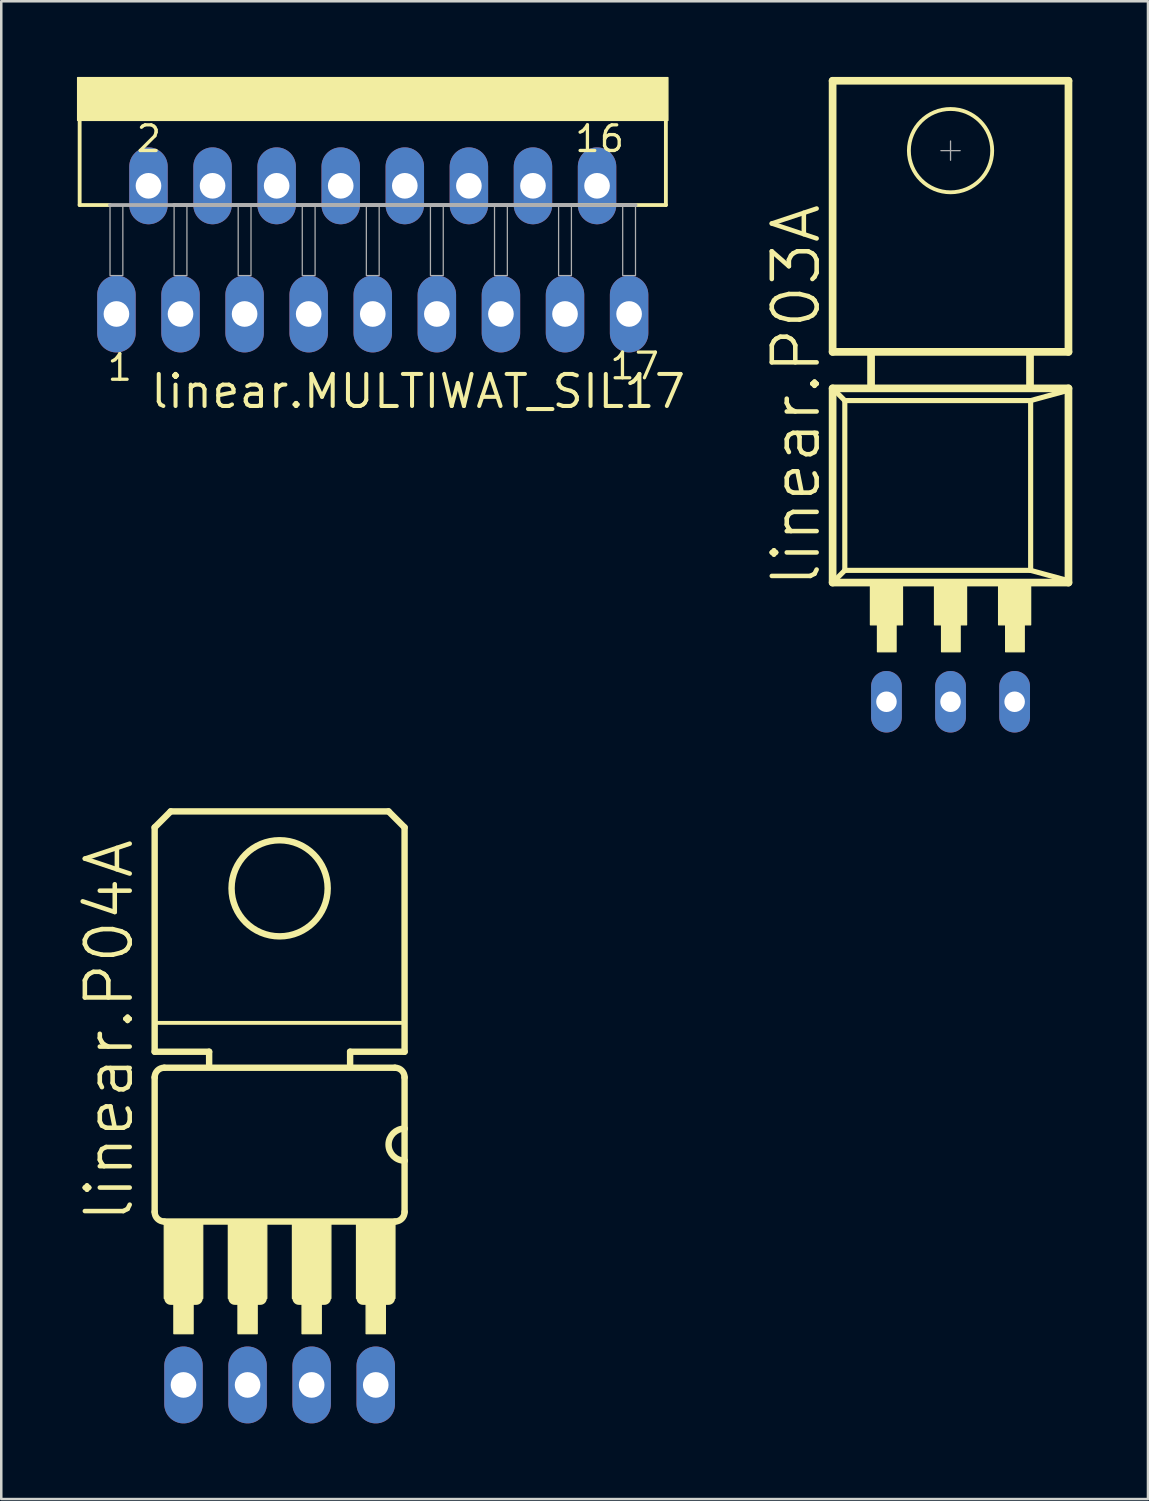
<source format=kicad_pcb>
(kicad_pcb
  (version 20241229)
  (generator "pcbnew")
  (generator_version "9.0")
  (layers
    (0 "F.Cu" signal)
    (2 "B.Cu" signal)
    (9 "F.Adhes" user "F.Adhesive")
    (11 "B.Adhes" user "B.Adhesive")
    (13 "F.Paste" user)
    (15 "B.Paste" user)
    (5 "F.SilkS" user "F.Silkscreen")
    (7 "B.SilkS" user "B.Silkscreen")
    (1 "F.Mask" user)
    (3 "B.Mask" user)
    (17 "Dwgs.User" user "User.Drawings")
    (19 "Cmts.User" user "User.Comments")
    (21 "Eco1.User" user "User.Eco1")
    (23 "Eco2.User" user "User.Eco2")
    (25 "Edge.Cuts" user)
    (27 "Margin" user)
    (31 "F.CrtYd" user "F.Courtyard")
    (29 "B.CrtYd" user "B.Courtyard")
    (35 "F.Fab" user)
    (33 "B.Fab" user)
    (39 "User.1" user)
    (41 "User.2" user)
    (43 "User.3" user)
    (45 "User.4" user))
  (footprint "linear.P03A"
    (layer "F.Cu")
    (at 34.626 15.875)
    (property "Reference" "linear.P03A" (at -5.08 4.445 90) (layer "F.SilkS") (effects (font (size 1.778 1.778) (thickness 0.18)) (justify left bottom)))
    (attr through_hole)
    (fp_line (start -4.674 -15.723) (end 4.674 -15.723) (stroke (width 0.305) (type default)) (layer "F.SilkS"))
    (fp_line (start -4.674 -4.978) (end -4.674 -15.723) (stroke (width 0.305) (type default)) (layer "F.SilkS"))
    (fp_line (start -4.674 -3.531) (end -4.674 4.166) (stroke (width 0.305) (type default)) (layer "F.SilkS"))
    (fp_line (start -4.674 4.166) (end 4.674 4.166) (stroke (width 0.305) (type default)) (layer "F.SilkS"))
    (fp_line (start -4.191 -3.048) (end -4.572 -3.429) (stroke (width 0.203) (type default)) (layer "F.SilkS"))
    (fp_line (start -4.191 -3.048) (end 3.175 -3.048) (stroke (width 0.203) (type default)) (layer "F.SilkS"))
    (fp_line (start -4.191 3.683) (end -4.572 4.064) (stroke (width 0.203) (type default)) (layer "F.SilkS"))
    (fp_line (start -4.191 3.683) (end -4.191 -3.048) (stroke (width 0.203) (type default)) (layer "F.SilkS"))
    (fp_line (start -3.15 -3.581) (end -3.15 -4.877) (stroke (width 0.305) (type default)) (layer "F.SilkS"))
    (fp_line (start 3.15 -3.581) (end 3.15 -4.851) (stroke (width 0.305) (type default)) (layer "F.SilkS"))
    (fp_line (start 3.175 -3.048) (end 3.175 3.683) (stroke (width 0.203) (type default)) (layer "F.SilkS"))
    (fp_line (start 3.175 -3.048) (end 4.572 -3.429) (stroke (width 0.203) (type default)) (layer "F.SilkS"))
    (fp_line (start 3.175 3.683) (end -4.191 3.683) (stroke (width 0.203) (type default)) (layer "F.SilkS"))
    (fp_line (start 3.175 3.683) (end 4.572 4.064) (stroke (width 0.203) (type default)) (layer "F.SilkS"))
    (fp_line (start 4.674 -15.723) (end 4.674 -4.978) (stroke (width 0.305) (type default)) (layer "F.SilkS"))
    (fp_line (start 4.674 -4.978) (end -4.674 -4.978) (stroke (width 0.305) (type default)) (layer "F.SilkS"))
    (fp_line (start 4.674 -3.531) (end -4.674 -3.531) (stroke (width 0.305) (type default)) (layer "F.SilkS"))
    (fp_line (start 4.674 4.166) (end 4.674 -3.531) (stroke (width 0.305) (type default)) (layer "F.SilkS"))
    (fp_rect (start -3.175 5.842) (end -1.905 4.216) (stroke (width 0.05) (type default)) (fill yes) (layer "F.SilkS"))
    (fp_rect (start -2.896 6.909) (end -2.159 5.41) (stroke (width 0.05) (type default)) (fill yes) (layer "F.SilkS"))
    (fp_rect (start -0.635 5.842) (end 0.635 4.216) (stroke (width 0.05) (type default)) (fill yes) (layer "F.SilkS"))
    (fp_rect (start -0.356 6.909) (end 0.381 5.41) (stroke (width 0.05) (type default)) (fill yes) (layer "F.SilkS"))
    (fp_rect (start 1.905 5.842) (end 3.175 4.216) (stroke (width 0.05) (type default)) (fill yes) (layer "F.SilkS"))
    (fp_rect (start 2.184 6.909) (end 2.921 5.41) (stroke (width 0.05) (type default)) (fill yes) (layer "F.SilkS"))
    (fp_circle (center 0 -12.954) (end 1.651 -12.954) (stroke (width 0.152) (type default)) (fill no) (layer "F.SilkS"))
    (fp_line (start -0.381 -12.954) (end 0.381 -12.954) (stroke (width 0.051) (type default)) (layer "F.Fab"))
    (fp_line (start 0 -13.335) (end 0 -12.573) (stroke (width 0.051) (type default)) (layer "F.Fab"))
    (pad "1" thru_hole oval (at -2.54 8.89 90) (size 2.438 1.219) (drill 0.813) (layers "*.Cu" "*.Mask"))
    (pad "2" thru_hole oval (at 0 8.89 90) (size 2.438 1.219) (drill 0.813) (layers "*.Cu" "*.Mask"))
    (pad "3" thru_hole oval (at 2.54 8.89 90) (size 2.438 1.219) (drill 0.813) (layers "*.Cu" "*.Mask")))
  (footprint "linear.P04A"
    (layer "F.Cu")
    (at 8.033 42.319)
    (property "Reference" "linear.P04A" (at -5.715 3.175 90) (layer "F.SilkS") (effects (font (size 1.778 1.778) (thickness 0.18)) (justify left bottom)))
    (attr through_hole)
    (fp_line (start -4.953 -12.573) (end -4.318 -13.208) (stroke (width 0.254) (type default)) (layer "F.SilkS"))
    (fp_line (start -4.953 -3.683) (end -4.953 -12.573) (stroke (width 0.254) (type default)) (layer "F.SilkS"))
    (fp_line (start -4.953 -2.667) (end -4.953 2.667) (stroke (width 0.254) (type default)) (layer "F.SilkS"))
    (fp_line (start -4.826 -4.826) (end 4.826 -4.826) (stroke (width 0.152) (type default)) (layer "F.SilkS"))
    (fp_line (start -4.572 3.048) (end 4.572 3.048) (stroke (width 0.254) (type default)) (layer "F.SilkS"))
    (fp_line (start -4.318 -13.208) (end 4.318 -13.208) (stroke (width 0.254) (type default)) (layer "F.SilkS"))
    (fp_line (start -4.318 6.096) (end -3.302 6.096) (stroke (width 0.508) (type default)) (layer "F.SilkS"))
    (fp_line (start -2.794 -3.683) (end -4.953 -3.683) (stroke (width 0.254) (type default)) (layer "F.SilkS"))
    (fp_line (start -2.794 -3.175) (end -2.794 -3.683) (stroke (width 0.254) (type default)) (layer "F.SilkS"))
    (fp_line (start -1.778 6.096) (end -0.762 6.096) (stroke (width 0.508) (type default)) (layer "F.SilkS"))
    (fp_line (start 0.762 6.096) (end 1.778 6.096) (stroke (width 0.508) (type default)) (layer "F.SilkS"))
    (fp_line (start 2.794 -3.683) (end 2.794 -3.175) (stroke (width 0.254) (type default)) (layer "F.SilkS"))
    (fp_line (start 3.302 6.096) (end 4.318 6.096) (stroke (width 0.508) (type default)) (layer "F.SilkS"))
    (fp_line (start 4.318 -13.208) (end 4.953 -12.573) (stroke (width 0.254) (type default)) (layer "F.SilkS"))
    (fp_line (start 4.572 -3.048) (end -4.572 -3.048) (stroke (width 0.254) (type default)) (layer "F.SilkS"))
    (fp_line (start 4.953 -12.573) (end 4.953 -3.683) (stroke (width 0.254) (type default)) (layer "F.SilkS"))
    (fp_line (start 4.953 -3.683) (end 2.794 -3.683) (stroke (width 0.254) (type default)) (layer "F.SilkS"))
    (fp_line (start 4.953 -0.635) (end 4.953 -2.667) (stroke (width 0.254) (type default)) (layer "F.SilkS"))
    (fp_line (start 4.953 0.635) (end 4.953 -0.635) (stroke (width 0.254) (type default)) (layer "F.SilkS"))
    (fp_line (start 4.953 2.667) (end 4.953 0.635) (stroke (width 0.254) (type default)) (layer "F.SilkS"))
    (fp_rect (start -4.572 6.096) (end -3.048 3.124) (stroke (width 0.05) (type default)) (fill yes) (layer "F.SilkS"))
    (fp_rect (start -4.191 7.493) (end -3.429 6.223) (stroke (width 0.05) (type default)) (fill yes) (layer "F.SilkS"))
    (fp_rect (start -2.032 6.096) (end -0.508 3.124) (stroke (width 0.05) (type default)) (fill yes) (layer "F.SilkS"))
    (fp_rect (start -1.651 7.493) (end -0.889 6.223) (stroke (width 0.05) (type default)) (fill yes) (layer "F.SilkS"))
    (fp_rect (start 0.508 6.096) (end 2.032 3.124) (stroke (width 0.05) (type default)) (fill yes) (layer "F.SilkS"))
    (fp_rect (start 0.889 7.493) (end 1.651 6.223) (stroke (width 0.05) (type default)) (fill yes) (layer "F.SilkS"))
    (fp_rect (start 3.048 6.096) (end 4.572 3.124) (stroke (width 0.05) (type default)) (fill yes) (layer "F.SilkS"))
    (fp_rect (start 3.429 7.493) (end 4.191 6.223) (stroke (width 0.05) (type default)) (fill yes) (layer "F.SilkS"))
    (fp_arc (start -4.953 -2.667) (mid -4.841408 -2.936408) (end -4.572 -3.048) (stroke (width 0.254) (type default)) (layer "F.SilkS"))
    (fp_arc (start -4.572 3.048) (mid -4.841408 2.936408) (end -4.953 2.667) (stroke (width 0.254) (type default)) (layer "F.SilkS"))
    (fp_arc (start 4.572 -3.048) (mid 4.841408 -2.936408) (end 4.953 -2.667) (stroke (width 0.254) (type default)) (layer "F.SilkS"))
    (fp_arc (start 4.953 0.635) (mid 4.318 0) (end 4.953 -0.635) (stroke (width 0.254) (type default)) (layer "F.SilkS"))
    (fp_arc (start 4.953 2.667) (mid 4.841408 2.936408) (end 4.572 3.048) (stroke (width 0.254) (type default)) (layer "F.SilkS"))
    (fp_circle (center 0 -10.16) (end 1.905 -10.16) (stroke (width 0.254) (type default)) (fill no) (layer "F.SilkS"))
    (pad "1" thru_hole oval (at -3.81 9.525 90) (size 3.048 1.524) (drill 1.016) (layers "*.Cu" "*.Mask"))
    (pad "2" thru_hole oval (at -1.27 9.525 90) (size 3.048 1.524) (drill 1.016) (layers "*.Cu" "*.Mask"))
    (pad "3" thru_hole oval (at 1.27 9.525 90) (size 3.048 1.524) (drill 1.016) (layers "*.Cu" "*.Mask"))
    (pad "4" thru_hole oval (at 3.81 9.525 90) (size 3.048 1.524) (drill 1.016) (layers "*.Cu" "*.Mask")))
  (footprint "linear.MULTIWAT_SIL17"
    (layer "F.Cu")
    (at 11.725 1.775)
    (property "Reference" "linear.MULTIWAT_SIL17" (at -8.89 11.43 0) (layer "F.SilkS") (effects (font (size 1.27 1.27) (thickness 0.16)) (justify left bottom)))
    (attr through_hole)
    (fp_line (start -11.618 -0.254) (end -11.618 3.302) (stroke (width 0.152) (type default)) (layer "F.SilkS"))
    (fp_line (start -11.618 3.302) (end -10.414 3.302) (stroke (width 0.152) (type default)) (layer "F.SilkS"))
    (fp_line (start 7.874 3.302) (end 11.618 3.302) (stroke (width 0.152) (type default)) (layer "F.SilkS"))
    (fp_line (start 11.618 -0.254) (end 11.618 3.302) (stroke (width 0.152) (type default)) (layer "F.SilkS"))
    (fp_rect (start -11.7 -0.05) (end 11.7 -1.75) (stroke (width 0.05) (type default)) (fill yes) (layer "F.SilkS"))
    (fp_line (start -10.414 3.302) (end -7.874 3.302) (stroke (width 0.152) (type default)) (layer "F.Fab"))
    (fp_line (start -7.874 3.302) (end 7.874 3.302) (stroke (width 0.152) (type default)) (layer "F.Fab"))
    (fp_line (start -7.874 3.302) (end 10.414 3.302) (stroke (width 0.152) (type default)) (layer "F.Fab"))
    (fp_rect (start -10.414 6.096) (end -9.906 3.302) (stroke (width 0.05) (type default)) (fill no) (layer "F.Fab"))
    (fp_rect (start -7.874 6.096) (end -7.366 3.302) (stroke (width 0.05) (type default)) (fill no) (layer "F.Fab"))
    (fp_rect (start -5.334 6.096) (end -4.826 3.302) (stroke (width 0.05) (type default)) (fill no) (layer "F.Fab"))
    (fp_rect (start -2.794 6.096) (end -2.286 3.302) (stroke (width 0.05) (type default)) (fill no) (layer "F.Fab"))
    (fp_rect (start -0.254 6.096) (end 0.254 3.302) (stroke (width 0.05) (type default)) (fill no) (layer "F.Fab"))
    (fp_rect (start 2.286 6.096) (end 2.794 3.302) (stroke (width 0.05) (type default)) (fill no) (layer "F.Fab"))
    (fp_rect (start 4.826 6.096) (end 5.334 3.302) (stroke (width 0.05) (type default)) (fill no) (layer "F.Fab"))
    (fp_rect (start 7.366 6.096) (end 7.874 3.302) (stroke (width 0.05) (type default)) (fill no) (layer "F.Fab"))
    (fp_rect (start 9.906 6.096) (end 10.414 3.302) (stroke (width 0.05) (type default)) (fill no) (layer "F.Fab"))
    (fp_text user "1" (at -10.597 10.338 0) (layer "F.SilkS") (effects (font (size 1.016 1.016) (thickness 0.13)) (justify left bottom)))
    (fp_text user "2" (at -9.447 1.27 0) (layer "F.SilkS") (effects (font (size 1.016 1.016) (thickness 0.13)) (justify left bottom)))
    (fp_text user "16" (at 7.939 1.27 0) (layer "F.SilkS") (effects (font (size 1.016 1.016) (thickness 0.13)) (justify left bottom)))
    (fp_text user "17" (at 9.328 10.279 0) (layer "F.SilkS") (effects (font (size 1.016 1.016) (thickness 0.13)) (justify left bottom)))
    (pad "1" thru_hole oval (at -10.16 7.62 90) (size 3.048 1.524) (drill 1.016) (layers "*.Cu" "*.Mask"))
    (pad "2" thru_hole oval (at -8.89 2.54 90) (size 3.048 1.524) (drill 1.016) (layers "*.Cu" "*.Mask"))
    (pad "3" thru_hole oval (at -7.62 7.62 90) (size 3.048 1.524) (drill 1.016) (layers "*.Cu" "*.Mask"))
    (pad "4" thru_hole oval (at -6.35 2.54 90) (size 3.048 1.524) (drill 1.016) (layers "*.Cu" "*.Mask"))
    (pad "5" thru_hole oval (at -5.08 7.62 90) (size 3.048 1.524) (drill 1.016) (layers "*.Cu" "*.Mask"))
    (pad "6" thru_hole oval (at -3.81 2.54 90) (size 3.048 1.524) (drill 1.016) (layers "*.Cu" "*.Mask"))
    (pad "7" thru_hole oval (at -2.54 7.62 90) (size 3.048 1.524) (drill 1.016) (layers "*.Cu" "*.Mask"))
    (pad "8" thru_hole oval (at -1.27 2.54 90) (size 3.048 1.524) (drill 1.016) (layers "*.Cu" "*.Mask"))
    (pad "9" thru_hole oval (at 0 7.62 90) (size 3.048 1.524) (drill 1.016) (layers "*.Cu" "*.Mask"))
    (pad "10" thru_hole oval (at 1.27 2.54 90) (size 3.048 1.524) (drill 1.016) (layers "*.Cu" "*.Mask"))
    (pad "11" thru_hole oval (at 2.54 7.62 90) (size 3.048 1.524) (drill 1.016) (layers "*.Cu" "*.Mask"))
    (pad "12" thru_hole oval (at 3.81 2.54 90) (size 3.048 1.524) (drill 1.016) (layers "*.Cu" "*.Mask"))
    (pad "13" thru_hole oval (at 5.08 7.62 90) (size 3.048 1.524) (drill 1.016) (layers "*.Cu" "*.Mask"))
    (pad "14" thru_hole oval (at 6.35 2.54 90) (size 3.048 1.524) (drill 1.016) (layers "*.Cu" "*.Mask"))
    (pad "15" thru_hole oval (at 7.62 7.62 90) (size 3.048 1.524) (drill 1.016) (layers "*.Cu" "*.Mask"))
    (pad "16" thru_hole oval (at 8.89 2.54 90) (size 3.048 1.524) (drill 1.016) (layers "*.Cu" "*.Mask"))
    (pad "17" thru_hole oval (at 10.16 7.62 90) (size 3.048 1.524) (drill 1.016) (layers "*.Cu" "*.Mask")))
  (gr_rect
    (start -3 -3)
    (end 42.452 56.368)
    (stroke (width 0.1) (type default))
    (fill no)
    (layer "Edge.Cuts")))
</source>
